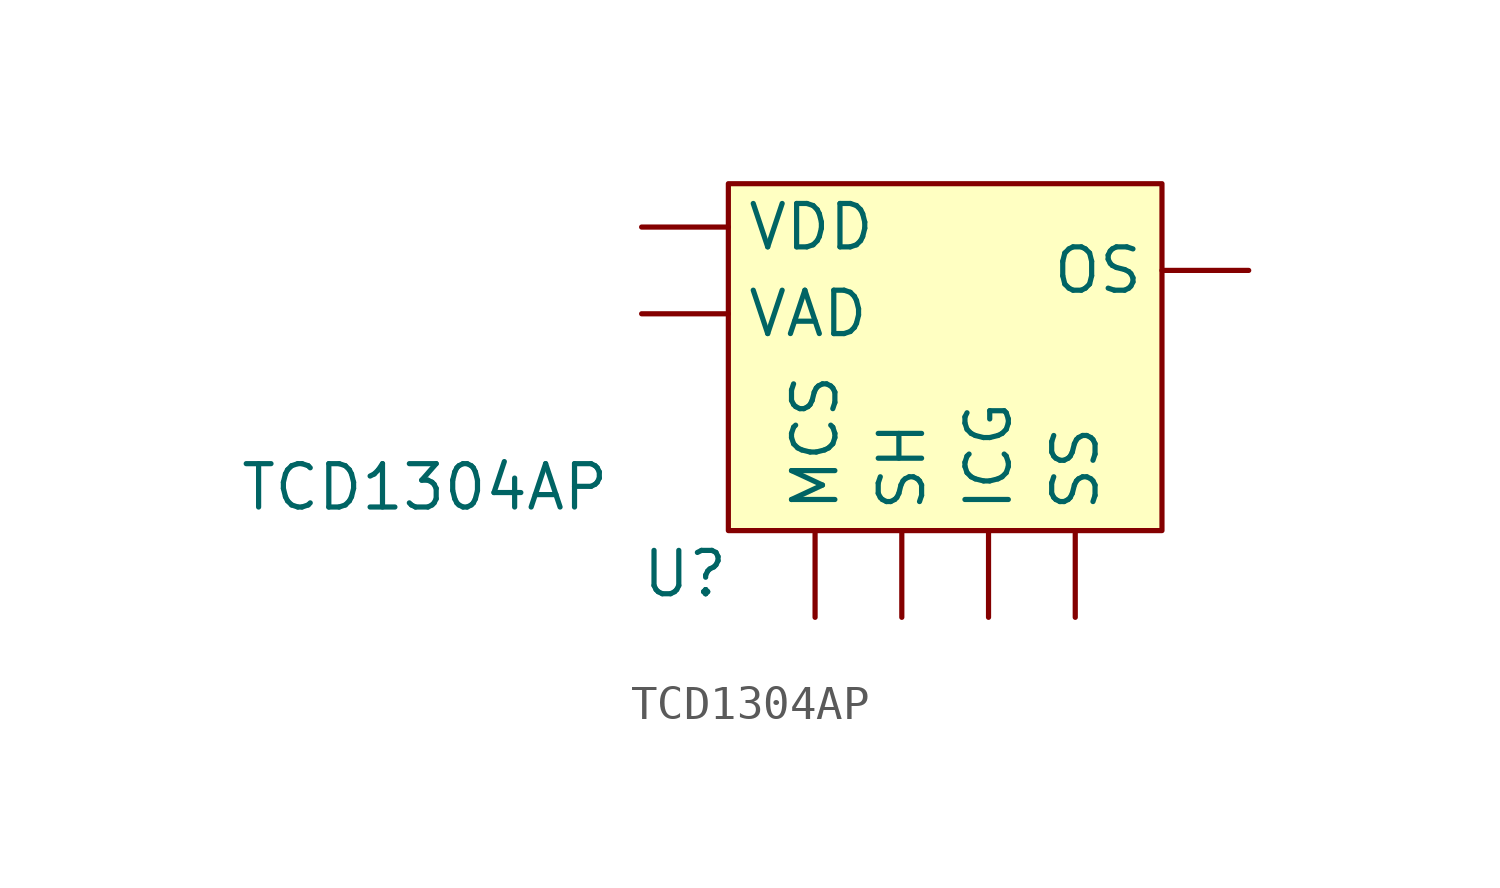
<source format=kicad_sym>
(kicad_symbol_lib
  (version 20211014)
  (generator kicad_symbol_editor)
  (symbol "TCD1304AP"
    (property "Reference" "U"
      (at -7.62 -6.35 0)
      (effects (font (size 1.27 1.27))))
    (property "Value" "TCD1304AP"
      (at -15.24 -3.81 0)
      (effects (font (size 1.27 1.27))))
    (symbol "TCD1304AP_0_1"
      (rectangle (start -6.35 5.08) (end 6.35 -5.08) (stroke (width 0.152) (type default) (color 0 0 0 0)) (fill (type background))))
    (symbol "TCD1304AP_1_1"
      (pin input line (at 1.27 -7.62 90) (length 2.54) (name "ICG" (effects (font (size 1.27 1.27)))) (number "" (effects (font (size 1.27 1.27)))))
      (pin input line (at -3.81 -7.62 90) (length 2.54) (name "MCS" (effects (font (size 1.27 1.27)))) (number "" (effects (font (size 1.27 1.27)))))
      (pin output line (at 8.89 2.54 180) (length 2.54) (name "OS" (effects (font (size 1.27 1.27)))) (number "" (effects (font (size 1.27 1.27)))))
      (pin input line (at -1.27 -7.62 90) (length 2.54) (name "SH" (effects (font (size 1.27 1.27)))) (number "" (effects (font (size 1.27 1.27)))))
      (pin input line (at 3.81 -7.62 90) (length 2.54) (name "SS" (effects (font (size 1.27 1.27)))) (number "" (effects (font (size 1.27 1.27)))))
      (pin input line (at -8.89 1.27 0) (length 2.54) (name "VAD" (effects (font (size 1.27 1.27)))) (number "" (effects (font (size 1.27 1.27)))))
      (pin input line (at -8.89 3.81 0) (length 2.54) (name "VDD" (effects (font (size 1.27 1.27)))) (number "" (effects (font (size 1.27 1.27))))))))
</source>
